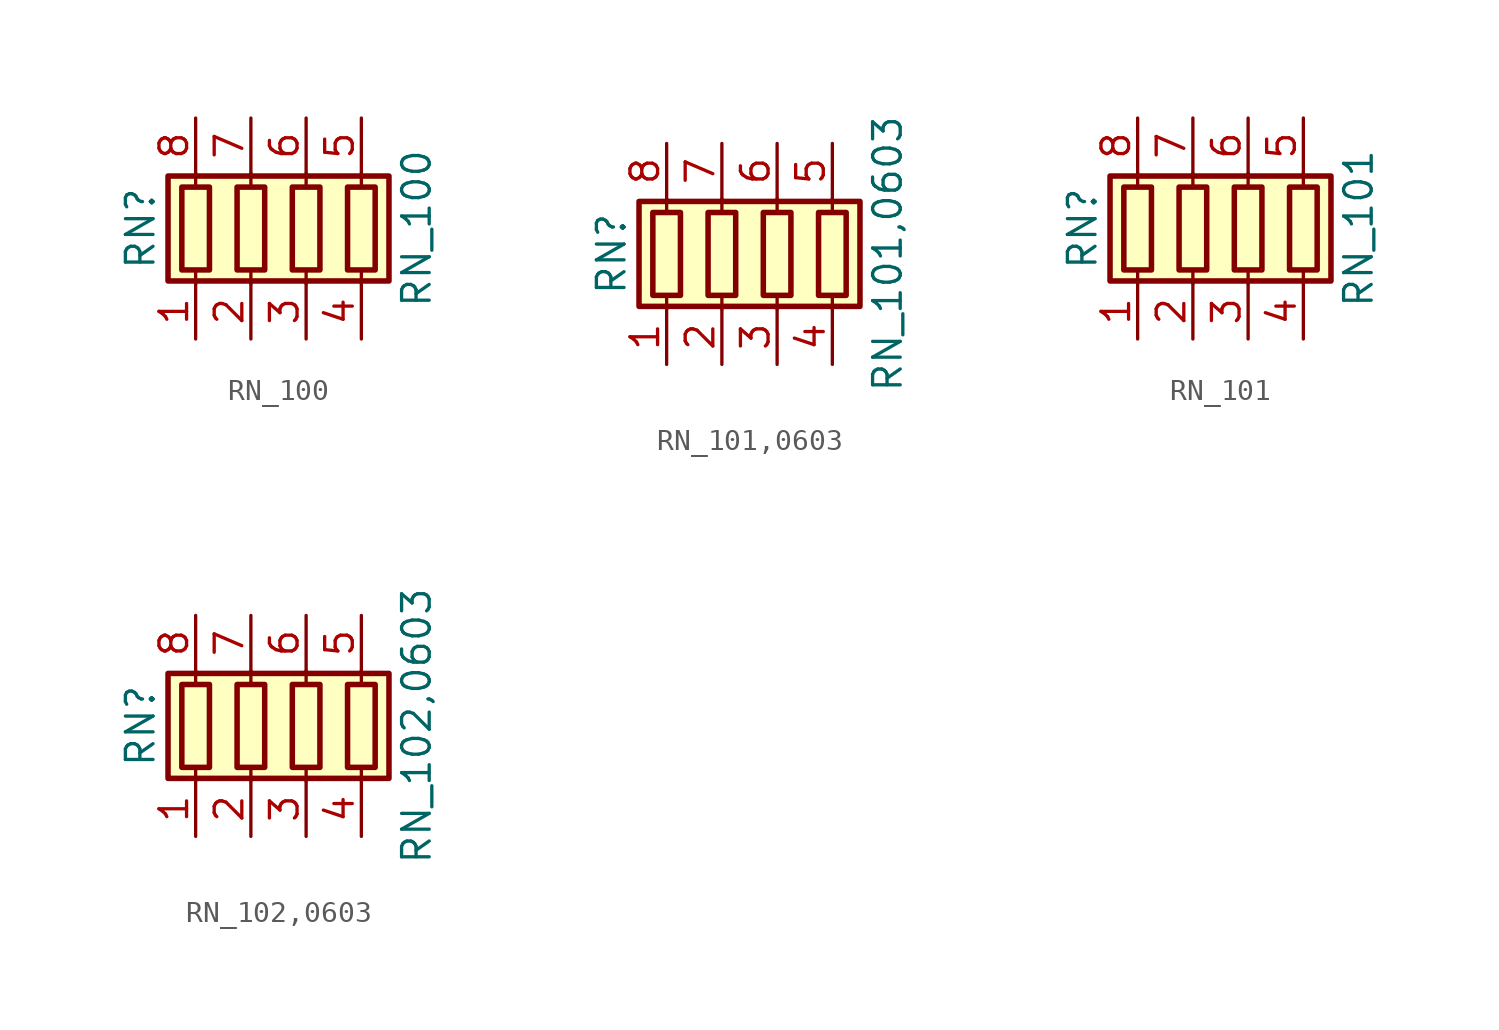
<source format=kicad_sym>
(kicad_symbol_lib
  (version 20211014)
  (generator kicad_symbol_editor)
  (symbol "RN_100"
    (pin_names
      (offset 0) hide)
    (property "Reference" "RN"
      (at -7.62 0 90)
      (effects (font (size 1.27 1.27))))
    (property "Value" "RN_100"
      (at 5.08 0 90)
      (effects (font (size 1.27 1.27))))
    (symbol "RN_100_0_1"
      (rectangle (start -6.35 -2.413) (end 3.81 2.413) (stroke (width 0.254) (type default) (color 0 0 0 0)) (fill (type background)))
      (rectangle (start -5.715 1.905) (end -4.445 -1.905) (stroke (width 0.254) (type default) (color 0 0 0 0)) (fill (type none)))
      (rectangle (start -3.175 1.905) (end -1.905 -1.905) (stroke (width 0.254) (type default) (color 0 0 0 0)) (fill (type none)))
      (rectangle (start -0.635 1.905) (end 0.635 -1.905) (stroke (width 0.254) (type default) (color 0 0 0 0)) (fill (type none)))
      (polyline (pts (xy -5.08 -2.54) (xy -5.08 -1.905)) (stroke (width 0) (type default) (color 0 0 0 0)) (fill (type none)))
      (polyline (pts (xy -5.08 1.905) (xy -5.08 2.54)) (stroke (width 0) (type default) (color 0 0 0 0)) (fill (type none)))
      (polyline (pts (xy -2.54 -2.54) (xy -2.54 -1.905)) (stroke (width 0) (type default) (color 0 0 0 0)) (fill (type none)))
      (polyline (pts (xy -2.54 1.905) (xy -2.54 2.54)) (stroke (width 0) (type default) (color 0 0 0 0)) (fill (type none)))
      (polyline (pts (xy 0 -2.54) (xy 0 -1.905)) (stroke (width 0) (type default) (color 0 0 0 0)) (fill (type none)))
      (polyline (pts (xy 0 1.905) (xy 0 2.54)) (stroke (width 0) (type default) (color 0 0 0 0)) (fill (type none)))
      (polyline (pts (xy 2.54 -2.54) (xy 2.54 -1.905)) (stroke (width 0) (type default) (color 0 0 0 0)) (fill (type none)))
      (polyline (pts (xy 2.54 1.905) (xy 2.54 2.54)) (stroke (width 0) (type default) (color 0 0 0 0)) (fill (type none)))
      (rectangle (start 1.905 1.905) (end 3.175 -1.905) (stroke (width 0.254) (type default) (color 0 0 0 0)) (fill (type none))))
    (symbol "RN_100_1_1"
      (pin passive line (at -5.08 -5.08 90) (length 2.54) (name "R1.1" (effects (font (size 1.27 1.27)))) (number "1" (effects (font (size 1.27 1.27)))))
      (pin passive line (at -2.54 -5.08 90) (length 2.54) (name "R2.1" (effects (font (size 1.27 1.27)))) (number "2" (effects (font (size 1.27 1.27)))))
      (pin passive line (at 0 -5.08 90) (length 2.54) (name "R3.1" (effects (font (size 1.27 1.27)))) (number "3" (effects (font (size 1.27 1.27)))))
      (pin passive line (at 2.54 -5.08 90) (length 2.54) (name "R4.1" (effects (font (size 1.27 1.27)))) (number "4" (effects (font (size 1.27 1.27)))))
      (pin passive line (at 2.54 5.08 270) (length 2.54) (name "R4.2" (effects (font (size 1.27 1.27)))) (number "5" (effects (font (size 1.27 1.27)))))
      (pin passive line (at 0 5.08 270) (length 2.54) (name "R3.2" (effects (font (size 1.27 1.27)))) (number "6" (effects (font (size 1.27 1.27)))))
      (pin passive line (at -2.54 5.08 270) (length 2.54) (name "R2.2" (effects (font (size 1.27 1.27)))) (number "7" (effects (font (size 1.27 1.27)))))
      (pin passive line (at -5.08 5.08 270) (length 2.54) (name "R1.2" (effects (font (size 1.27 1.27)))) (number "8" (effects (font (size 1.27 1.27)))))))
  (symbol "RN_101,0603"
    (pin_names
      (offset 0) hide)
    (property "Reference" "RN"
      (at -7.62 0 90)
      (effects (font (size 1.27 1.27))))
    (property "Value" "RN_101,0603"
      (at 5.08 0 90)
      (effects (font (size 1.27 1.27))))
    (symbol "RN_101,0603_0_1"
      (rectangle (start -6.35 -2.413) (end 3.81 2.413) (stroke (width 0.254) (type default) (color 0 0 0 0)) (fill (type background)))
      (rectangle (start -5.715 1.905) (end -4.445 -1.905) (stroke (width 0.254) (type default) (color 0 0 0 0)) (fill (type none)))
      (rectangle (start -3.175 1.905) (end -1.905 -1.905) (stroke (width 0.254) (type default) (color 0 0 0 0)) (fill (type none)))
      (rectangle (start -0.635 1.905) (end 0.635 -1.905) (stroke (width 0.254) (type default) (color 0 0 0 0)) (fill (type none)))
      (polyline (pts (xy -5.08 -2.54) (xy -5.08 -1.905)) (stroke (width 0) (type default) (color 0 0 0 0)) (fill (type none)))
      (polyline (pts (xy -5.08 1.905) (xy -5.08 2.54)) (stroke (width 0) (type default) (color 0 0 0 0)) (fill (type none)))
      (polyline (pts (xy -2.54 -2.54) (xy -2.54 -1.905)) (stroke (width 0) (type default) (color 0 0 0 0)) (fill (type none)))
      (polyline (pts (xy -2.54 1.905) (xy -2.54 2.54)) (stroke (width 0) (type default) (color 0 0 0 0)) (fill (type none)))
      (polyline (pts (xy 0 -2.54) (xy 0 -1.905)) (stroke (width 0) (type default) (color 0 0 0 0)) (fill (type none)))
      (polyline (pts (xy 0 1.905) (xy 0 2.54)) (stroke (width 0) (type default) (color 0 0 0 0)) (fill (type none)))
      (polyline (pts (xy 2.54 -2.54) (xy 2.54 -1.905)) (stroke (width 0) (type default) (color 0 0 0 0)) (fill (type none)))
      (polyline (pts (xy 2.54 1.905) (xy 2.54 2.54)) (stroke (width 0) (type default) (color 0 0 0 0)) (fill (type none)))
      (rectangle (start 1.905 1.905) (end 3.175 -1.905) (stroke (width 0.254) (type default) (color 0 0 0 0)) (fill (type none))))
    (symbol "RN_101,0603_1_1"
      (pin passive line (at -5.08 -5.08 90) (length 2.54) (name "R1.1" (effects (font (size 1.27 1.27)))) (number "1" (effects (font (size 1.27 1.27)))))
      (pin passive line (at -2.54 -5.08 90) (length 2.54) (name "R2.1" (effects (font (size 1.27 1.27)))) (number "2" (effects (font (size 1.27 1.27)))))
      (pin passive line (at 0 -5.08 90) (length 2.54) (name "R3.1" (effects (font (size 1.27 1.27)))) (number "3" (effects (font (size 1.27 1.27)))))
      (pin passive line (at 2.54 -5.08 90) (length 2.54) (name "R4.1" (effects (font (size 1.27 1.27)))) (number "4" (effects (font (size 1.27 1.27)))))
      (pin passive line (at 2.54 5.08 270) (length 2.54) (name "R4.2" (effects (font (size 1.27 1.27)))) (number "5" (effects (font (size 1.27 1.27)))))
      (pin passive line (at 0 5.08 270) (length 2.54) (name "R3.2" (effects (font (size 1.27 1.27)))) (number "6" (effects (font (size 1.27 1.27)))))
      (pin passive line (at -2.54 5.08 270) (length 2.54) (name "R2.2" (effects (font (size 1.27 1.27)))) (number "7" (effects (font (size 1.27 1.27)))))
      (pin passive line (at -5.08 5.08 270) (length 2.54) (name "R1.2" (effects (font (size 1.27 1.27)))) (number "8" (effects (font (size 1.27 1.27)))))))
  (symbol "RN_101"
    (pin_names
      (offset 0) hide)
    (property "Reference" "RN"
      (at -7.62 0 90)
      (effects (font (size 1.27 1.27))))
    (property "Value" "RN_101"
      (at 5.08 0 90)
      (effects (font (size 1.27 1.27))))
    (symbol "RN_101_0_1"
      (rectangle (start -6.35 -2.413) (end 3.81 2.413) (stroke (width 0.254) (type default) (color 0 0 0 0)) (fill (type background)))
      (rectangle (start -5.715 1.905) (end -4.445 -1.905) (stroke (width 0.254) (type default) (color 0 0 0 0)) (fill (type none)))
      (rectangle (start -3.175 1.905) (end -1.905 -1.905) (stroke (width 0.254) (type default) (color 0 0 0 0)) (fill (type none)))
      (rectangle (start -0.635 1.905) (end 0.635 -1.905) (stroke (width 0.254) (type default) (color 0 0 0 0)) (fill (type none)))
      (polyline (pts (xy -5.08 -2.54) (xy -5.08 -1.905)) (stroke (width 0) (type default) (color 0 0 0 0)) (fill (type none)))
      (polyline (pts (xy -5.08 1.905) (xy -5.08 2.54)) (stroke (width 0) (type default) (color 0 0 0 0)) (fill (type none)))
      (polyline (pts (xy -2.54 -2.54) (xy -2.54 -1.905)) (stroke (width 0) (type default) (color 0 0 0 0)) (fill (type none)))
      (polyline (pts (xy -2.54 1.905) (xy -2.54 2.54)) (stroke (width 0) (type default) (color 0 0 0 0)) (fill (type none)))
      (polyline (pts (xy 0 -2.54) (xy 0 -1.905)) (stroke (width 0) (type default) (color 0 0 0 0)) (fill (type none)))
      (polyline (pts (xy 0 1.905) (xy 0 2.54)) (stroke (width 0) (type default) (color 0 0 0 0)) (fill (type none)))
      (polyline (pts (xy 2.54 -2.54) (xy 2.54 -1.905)) (stroke (width 0) (type default) (color 0 0 0 0)) (fill (type none)))
      (polyline (pts (xy 2.54 1.905) (xy 2.54 2.54)) (stroke (width 0) (type default) (color 0 0 0 0)) (fill (type none)))
      (rectangle (start 1.905 1.905) (end 3.175 -1.905) (stroke (width 0.254) (type default) (color 0 0 0 0)) (fill (type none))))
    (symbol "RN_101_1_1"
      (pin passive line (at -5.08 -5.08 90) (length 2.54) (name "R1.1" (effects (font (size 1.27 1.27)))) (number "1" (effects (font (size 1.27 1.27)))))
      (pin passive line (at -2.54 -5.08 90) (length 2.54) (name "R2.1" (effects (font (size 1.27 1.27)))) (number "2" (effects (font (size 1.27 1.27)))))
      (pin passive line (at 0 -5.08 90) (length 2.54) (name "R3.1" (effects (font (size 1.27 1.27)))) (number "3" (effects (font (size 1.27 1.27)))))
      (pin passive line (at 2.54 -5.08 90) (length 2.54) (name "R4.1" (effects (font (size 1.27 1.27)))) (number "4" (effects (font (size 1.27 1.27)))))
      (pin passive line (at 2.54 5.08 270) (length 2.54) (name "R4.2" (effects (font (size 1.27 1.27)))) (number "5" (effects (font (size 1.27 1.27)))))
      (pin passive line (at 0 5.08 270) (length 2.54) (name "R3.2" (effects (font (size 1.27 1.27)))) (number "6" (effects (font (size 1.27 1.27)))))
      (pin passive line (at -2.54 5.08 270) (length 2.54) (name "R2.2" (effects (font (size 1.27 1.27)))) (number "7" (effects (font (size 1.27 1.27)))))
      (pin passive line (at -5.08 5.08 270) (length 2.54) (name "R1.2" (effects (font (size 1.27 1.27)))) (number "8" (effects (font (size 1.27 1.27)))))))
  (symbol "RN_102,0603"
    (pin_names
      (offset 0) hide)
    (property "Reference" "RN"
      (at -7.62 0 90)
      (effects (font (size 1.27 1.27))))
    (property "Value" "RN_102,0603"
      (at 5.08 0 90)
      (effects (font (size 1.27 1.27))))
    (symbol "RN_102,0603_0_1"
      (rectangle (start -6.35 -2.413) (end 3.81 2.413) (stroke (width 0.254) (type default) (color 0 0 0 0)) (fill (type background)))
      (rectangle (start -5.715 1.905) (end -4.445 -1.905) (stroke (width 0.254) (type default) (color 0 0 0 0)) (fill (type none)))
      (rectangle (start -3.175 1.905) (end -1.905 -1.905) (stroke (width 0.254) (type default) (color 0 0 0 0)) (fill (type none)))
      (rectangle (start -0.635 1.905) (end 0.635 -1.905) (stroke (width 0.254) (type default) (color 0 0 0 0)) (fill (type none)))
      (polyline (pts (xy -5.08 -2.54) (xy -5.08 -1.905)) (stroke (width 0) (type default) (color 0 0 0 0)) (fill (type none)))
      (polyline (pts (xy -5.08 1.905) (xy -5.08 2.54)) (stroke (width 0) (type default) (color 0 0 0 0)) (fill (type none)))
      (polyline (pts (xy -2.54 -2.54) (xy -2.54 -1.905)) (stroke (width 0) (type default) (color 0 0 0 0)) (fill (type none)))
      (polyline (pts (xy -2.54 1.905) (xy -2.54 2.54)) (stroke (width 0) (type default) (color 0 0 0 0)) (fill (type none)))
      (polyline (pts (xy 0 -2.54) (xy 0 -1.905)) (stroke (width 0) (type default) (color 0 0 0 0)) (fill (type none)))
      (polyline (pts (xy 0 1.905) (xy 0 2.54)) (stroke (width 0) (type default) (color 0 0 0 0)) (fill (type none)))
      (polyline (pts (xy 2.54 -2.54) (xy 2.54 -1.905)) (stroke (width 0) (type default) (color 0 0 0 0)) (fill (type none)))
      (polyline (pts (xy 2.54 1.905) (xy 2.54 2.54)) (stroke (width 0) (type default) (color 0 0 0 0)) (fill (type none)))
      (rectangle (start 1.905 1.905) (end 3.175 -1.905) (stroke (width 0.254) (type default) (color 0 0 0 0)) (fill (type none))))
    (symbol "RN_102,0603_1_1"
      (pin passive line (at -5.08 -5.08 90) (length 2.54) (name "R1.1" (effects (font (size 1.27 1.27)))) (number "1" (effects (font (size 1.27 1.27)))))
      (pin passive line (at -2.54 -5.08 90) (length 2.54) (name "R2.1" (effects (font (size 1.27 1.27)))) (number "2" (effects (font (size 1.27 1.27)))))
      (pin passive line (at 0 -5.08 90) (length 2.54) (name "R3.1" (effects (font (size 1.27 1.27)))) (number "3" (effects (font (size 1.27 1.27)))))
      (pin passive line (at 2.54 -5.08 90) (length 2.54) (name "R4.1" (effects (font (size 1.27 1.27)))) (number "4" (effects (font (size 1.27 1.27)))))
      (pin passive line (at 2.54 5.08 270) (length 2.54) (name "R4.2" (effects (font (size 1.27 1.27)))) (number "5" (effects (font (size 1.27 1.27)))))
      (pin passive line (at 0 5.08 270) (length 2.54) (name "R3.2" (effects (font (size 1.27 1.27)))) (number "6" (effects (font (size 1.27 1.27)))))
      (pin passive line (at -2.54 5.08 270) (length 2.54) (name "R2.2" (effects (font (size 1.27 1.27)))) (number "7" (effects (font (size 1.27 1.27)))))
      (pin passive line (at -5.08 5.08 270) (length 2.54) (name "R1.2" (effects (font (size 1.27 1.27)))) (number "8" (effects (font (size 1.27 1.27))))))))
</source>
